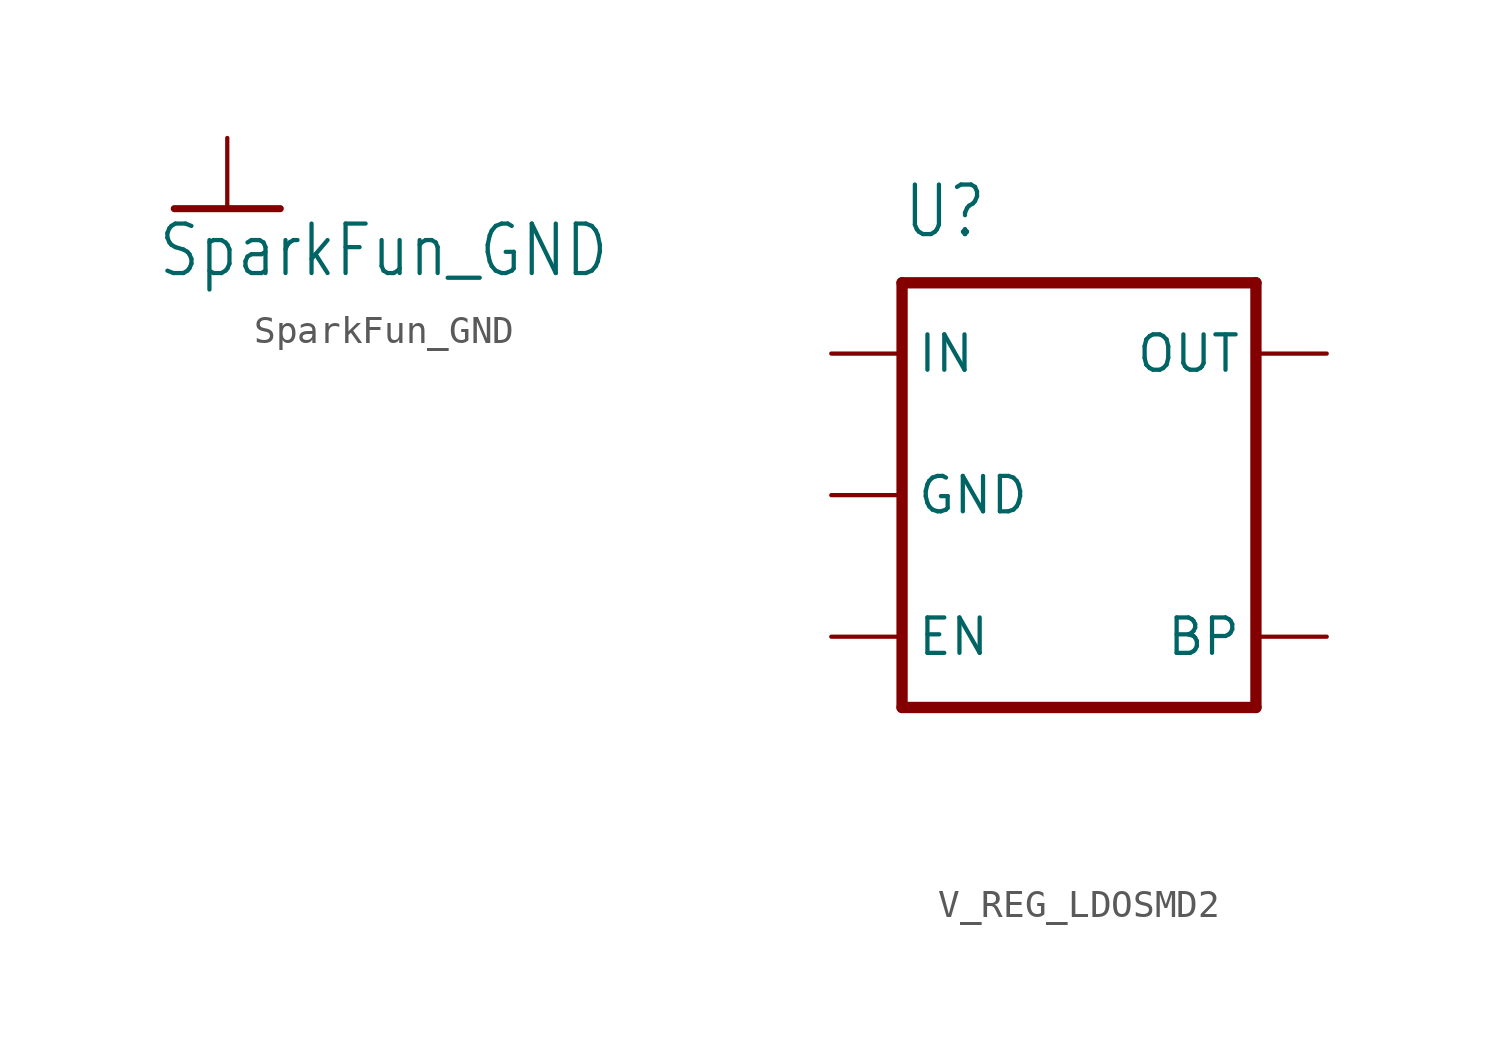
<source format=kicad_sym>
(kicad_symbol_lib
  (version 20220914)
  (generator kicad_symbol_editor)
  (symbol "SparkFun_GND"
    (power)
    (property "Reference" "#GND"
      (at 0 0 0)
      (effects (font (size 1.27 1.27)) hide))
    (property "Value" "SparkFun_GND"
      (at -2.54 -2.54 0)
      (effects (font (size 1.778 1.511)) (justify left bottom)))
    (property "ki_locked" ""
      (at 0 0 0)
      (effects (font (size 1.27 1.27))))
    (symbol "SparkFun_GND_1_0"
      (polyline (pts (xy -1.905 0) (xy 1.905 0)) (stroke (width 0.254) (type solid)) (fill (type none)))
      (pin power_in line (at 0 2.54 270) (length 2.54) (name "GND" (effects (font (size 0 0)))) (number "1" (effects (font (size 0 0)))))))
  (symbol "V_REG_LDOSMD2"
    (property "Reference" "U"
      (at -7.62 9.144 0)
      (effects (font (size 1.778 1.511)) (justify left bottom)))
    (property "Value" ""
      (at -7.62 -11.43 0)
      (effects (font (size 1.778 1.511)) (justify left bottom)))
    (property "ki_locked" ""
      (at 0 0 0)
      (effects (font (size 1.27 1.27))))
    (symbol "V_REG_LDOSMD2_1_0"
      (polyline (pts (xy -7.62 -7.62) (xy 5.08 -7.62)) (stroke (width 0.406) (type solid)) (fill (type none)))
      (polyline (pts (xy -7.62 7.62) (xy -7.62 -7.62)) (stroke (width 0.406) (type solid)) (fill (type none)))
      (polyline (pts (xy 5.08 -7.62) (xy 5.08 7.62)) (stroke (width 0.406) (type solid)) (fill (type none)))
      (polyline (pts (xy 5.08 7.62) (xy -7.62 7.62)) (stroke (width 0.406) (type solid)) (fill (type none)))
      (pin input line (at -10.16 5.08 0) (length 2.54) (name "IN" (effects (font (size 1.27 1.27)))) (number "1" (effects (font (size 0 0)))))
      (pin input line (at -10.16 0 0) (length 2.54) (name "GND" (effects (font (size 1.27 1.27)))) (number "2" (effects (font (size 0 0)))))
      (pin input line (at -10.16 -5.08 0) (length 2.54) (name "EN" (effects (font (size 1.27 1.27)))) (number "3" (effects (font (size 0 0)))))
      (pin input line (at 7.62 -5.08 180) (length 2.54) (name "BP" (effects (font (size 1.27 1.27)))) (number "4" (effects (font (size 0 0)))))
      (pin passive line (at 7.62 5.08 180) (length 2.54) (name "OUT" (effects (font (size 1.27 1.27)))) (number "5" (effects (font (size 0 0))))))))
</source>
